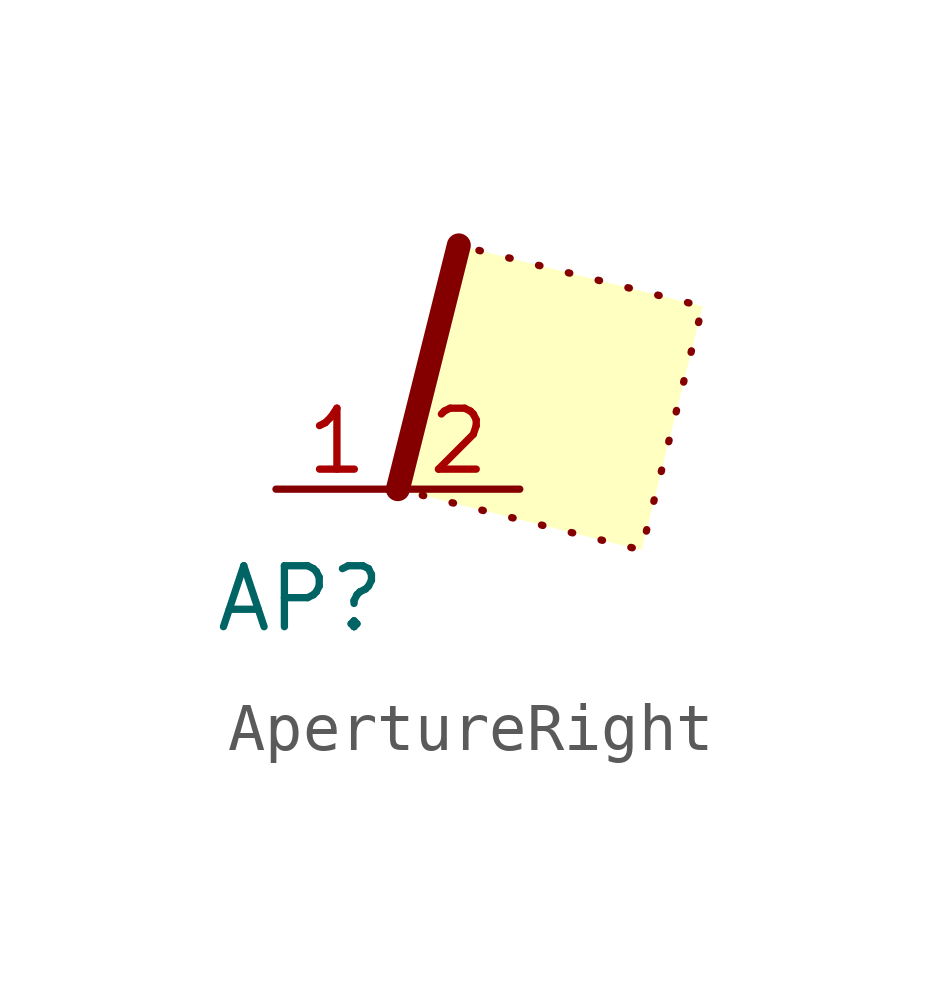
<source format=kicad_sym>
(kicad_symbol_lib
  (version 20241209)
  (generator "kicad_symbol_editor")
  (generator_version "9.0")
  (symbol "ApertureRight"
    (property "Reference" "AP"
      (at -2.032 -2.286 0)
      (effects (font (size 1.27 1.27))))
    (property "Value" ""
      (at 0 -1.27 90)
      (effects (font (size 1.27 1.27))))
    (symbol "ApertureRight_1_1"
      (polyline (pts (xy 1.27 5.08) (xy 0 0)) (stroke (width 0.5) (type default)) (fill (type none)))
      (polyline (pts (xy 1.27 5.08) (xy 0 0) (xy 5.08 -1.27) (xy 6.35 3.81) (xy 6.35 3.81) (xy 1.27 5.08)) (stroke (width 0) (type dot)) (fill (type background)))
      (pin passive line (at -2.54 0 0) (length 2.54) (name "In" (effects (font (size 0 0)))) (number "1" (effects (font (size 1.27 1.27)))))
      (pin passive line (at 2.54 0 180) (length 2.54) (name "Out" (effects (font (size 0 0)))) (number "2" (effects (font (size 1.27 1.27))))))))
</source>
